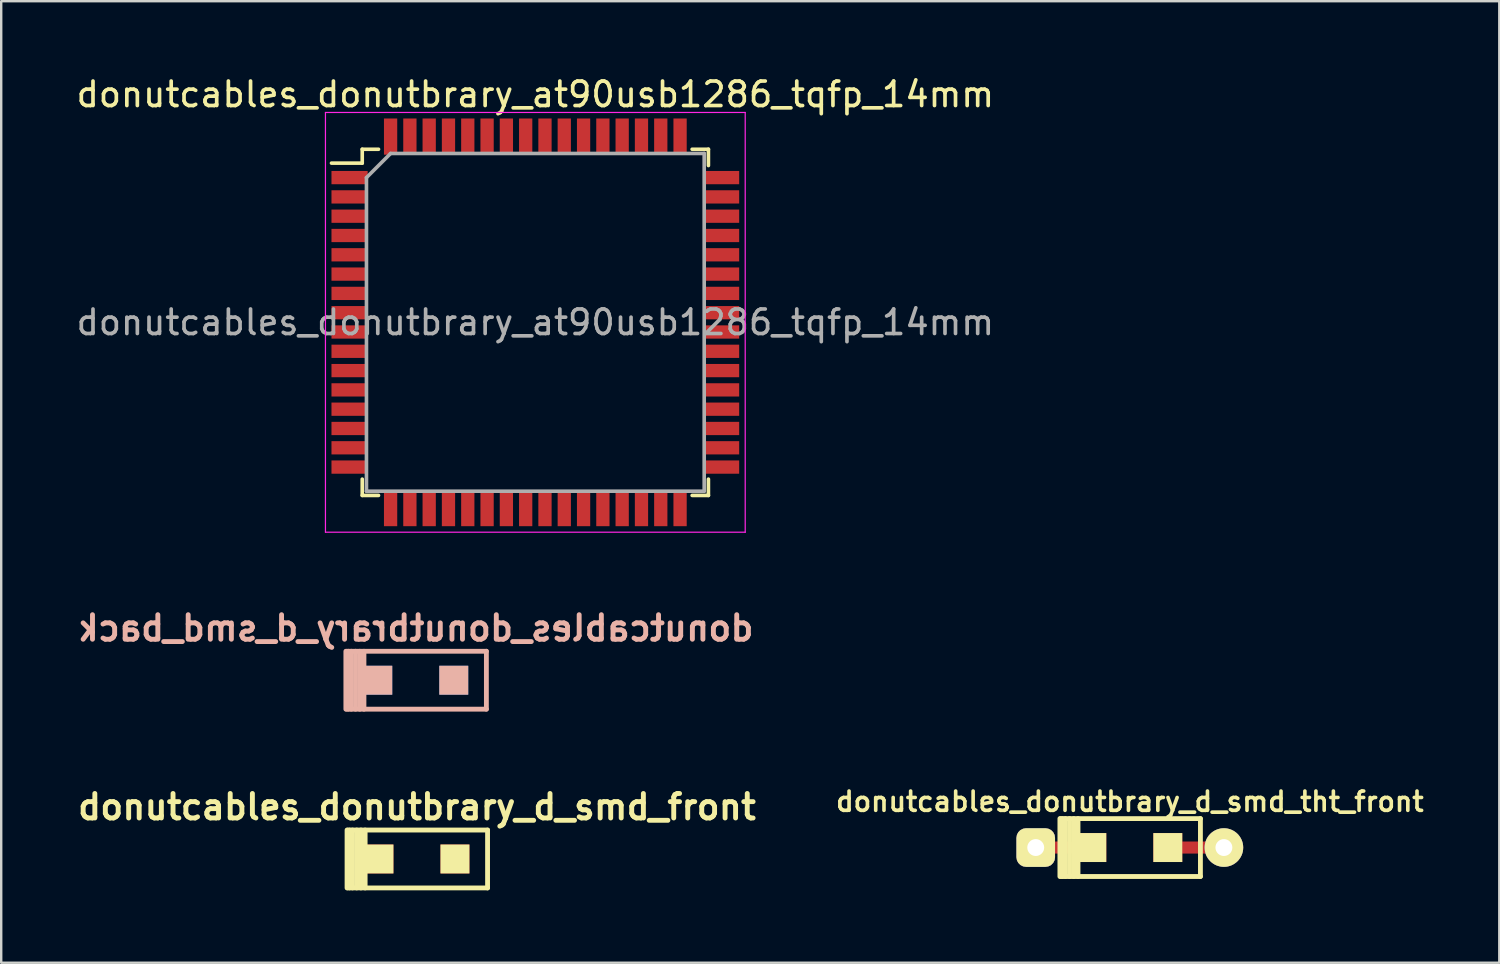
<source format=kicad_pcb>
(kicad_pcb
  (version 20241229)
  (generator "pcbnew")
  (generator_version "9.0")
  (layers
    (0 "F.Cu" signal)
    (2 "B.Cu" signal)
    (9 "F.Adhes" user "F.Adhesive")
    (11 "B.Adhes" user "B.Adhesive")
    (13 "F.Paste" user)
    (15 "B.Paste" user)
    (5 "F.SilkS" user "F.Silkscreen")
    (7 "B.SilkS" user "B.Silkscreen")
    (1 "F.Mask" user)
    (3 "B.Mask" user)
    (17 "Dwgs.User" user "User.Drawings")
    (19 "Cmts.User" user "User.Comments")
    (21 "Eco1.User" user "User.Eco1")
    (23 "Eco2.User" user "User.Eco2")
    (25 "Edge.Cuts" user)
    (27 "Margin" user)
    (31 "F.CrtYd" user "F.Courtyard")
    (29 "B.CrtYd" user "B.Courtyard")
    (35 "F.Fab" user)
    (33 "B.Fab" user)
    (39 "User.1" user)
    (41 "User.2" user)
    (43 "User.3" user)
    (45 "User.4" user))
  (footprint "donutcables_donutbrary_at90usb1286_tqfp_14mm"
    (layer "F.Cu")
    (at 19.141 10.312)
    (property "Reference" "donutcables_donutbrary_at90usb1286_tqfp_14mm" (at 0 -9.45 0) (layer "F.SilkS") (effects (font (size 1.016 1.016) (thickness 0.152))))
    (attr smd)
    (fp_line (start -7.175 -7.175) (end -7.175 -6.6) (stroke (width 0.15) (type solid)) (layer "F.SilkS"))
    (fp_line (start -7.175 -7.175) (end -6.5 -7.175) (stroke (width 0.15) (type solid)) (layer "F.SilkS"))
    (fp_line (start -7.175 -6.6) (end -8.45 -6.6) (stroke (width 0.15) (type solid)) (layer "F.SilkS"))
    (fp_line (start -7.175 7.175) (end -7.175 6.5) (stroke (width 0.15) (type solid)) (layer "F.SilkS"))
    (fp_line (start -7.175 7.175) (end -6.5 7.175) (stroke (width 0.15) (type solid)) (layer "F.SilkS"))
    (fp_line (start 7.175 -7.175) (end 6.5 -7.175) (stroke (width 0.15) (type solid)) (layer "F.SilkS"))
    (fp_line (start 7.175 -7.175) (end 7.175 -6.5) (stroke (width 0.15) (type solid)) (layer "F.SilkS"))
    (fp_line (start 7.175 7.175) (end 6.5 7.175) (stroke (width 0.15) (type solid)) (layer "F.SilkS"))
    (fp_line (start 7.175 7.175) (end 7.175 6.5) (stroke (width 0.15) (type solid)) (layer "F.SilkS"))
    (fp_line (start -8.7 -8.7) (end -8.7 8.7) (stroke (width 0.05) (type solid)) (layer "F.CrtYd"))
    (fp_line (start -8.7 -8.7) (end 8.7 -8.7) (stroke (width 0.05) (type solid)) (layer "F.CrtYd"))
    (fp_line (start -8.7 8.7) (end 8.7 8.7) (stroke (width 0.05) (type solid)) (layer "F.CrtYd"))
    (fp_line (start 8.7 -8.7) (end 8.7 8.7) (stroke (width 0.05) (type solid)) (layer "F.CrtYd"))
    (fp_line (start -7 -6) (end -6 -7) (stroke (width 0.15) (type solid)) (layer "F.Fab"))
    (fp_line (start -7 7) (end -7 -6) (stroke (width 0.15) (type solid)) (layer "F.Fab"))
    (fp_line (start -6 -7) (end 7 -7) (stroke (width 0.15) (type solid)) (layer "F.Fab"))
    (fp_line (start 7 -7) (end 7 7) (stroke (width 0.15) (type solid)) (layer "F.Fab"))
    (fp_line (start 7 7) (end -7 7) (stroke (width 0.15) (type solid)) (layer "F.Fab"))
    (fp_text user "${REFERENCE}" (at 0 0 0) (layer "F.Fab") (effects (font (size 1.016 1.016) (thickness 0.152))))
    (pad "1" smd rect (at -7.7 -6) (size 1.5 0.55) (layers "F.Cu" "F.Mask" "F.Paste"))
    (pad "2" smd rect (at -7.7 -5.2) (size 1.5 0.55) (layers "F.Cu" "F.Mask" "F.Paste"))
    (pad "3" smd rect (at -7.7 -4.4) (size 1.5 0.55) (layers "F.Cu" "F.Mask" "F.Paste"))
    (pad "4" smd rect (at -7.7 -3.6) (size 1.5 0.55) (layers "F.Cu" "F.Mask" "F.Paste"))
    (pad "5" smd rect (at -7.7 -2.8) (size 1.5 0.55) (layers "F.Cu" "F.Mask" "F.Paste"))
    (pad "6" smd rect (at -7.7 -2) (size 1.5 0.55) (layers "F.Cu" "F.Mask" "F.Paste"))
    (pad "7" smd rect (at -7.7 -1.2) (size 1.5 0.55) (layers "F.Cu" "F.Mask" "F.Paste"))
    (pad "8" smd rect (at -7.7 -0.4) (size 1.5 0.55) (layers "F.Cu" "F.Mask" "F.Paste"))
    (pad "9" smd rect (at -7.7 0.4) (size 1.5 0.55) (layers "F.Cu" "F.Mask" "F.Paste"))
    (pad "10" smd rect (at -7.7 1.2) (size 1.5 0.55) (layers "F.Cu" "F.Mask" "F.Paste"))
    (pad "11" smd rect (at -7.7 2) (size 1.5 0.55) (layers "F.Cu" "F.Mask" "F.Paste"))
    (pad "12" smd rect (at -7.7 2.8) (size 1.5 0.55) (layers "F.Cu" "F.Mask" "F.Paste"))
    (pad "13" smd rect (at -7.7 3.6) (size 1.5 0.55) (layers "F.Cu" "F.Mask" "F.Paste"))
    (pad "14" smd rect (at -7.7 4.4) (size 1.5 0.55) (layers "F.Cu" "F.Mask" "F.Paste"))
    (pad "15" smd rect (at -7.7 5.2) (size 1.5 0.55) (layers "F.Cu" "F.Mask" "F.Paste"))
    (pad "16" smd rect (at -7.7 6) (size 1.5 0.55) (layers "F.Cu" "F.Mask" "F.Paste"))
    (pad "17" smd rect (at -6 7.7 90) (size 1.5 0.55) (layers "F.Cu" "F.Mask" "F.Paste"))
    (pad "18" smd rect (at -5.2 7.7 90) (size 1.5 0.55) (layers "F.Cu" "F.Mask" "F.Paste"))
    (pad "19" smd rect (at -4.4 7.7 90) (size 1.5 0.55) (layers "F.Cu" "F.Mask" "F.Paste"))
    (pad "20" smd rect (at -3.6 7.7 90) (size 1.5 0.55) (layers "F.Cu" "F.Mask" "F.Paste"))
    (pad "21" smd rect (at -2.8 7.7 90) (size 1.5 0.55) (layers "F.Cu" "F.Mask" "F.Paste"))
    (pad "22" smd rect (at -2 7.7 90) (size 1.5 0.55) (layers "F.Cu" "F.Mask" "F.Paste"))
    (pad "23" smd rect (at -1.2 7.7 90) (size 1.5 0.55) (layers "F.Cu" "F.Mask" "F.Paste"))
    (pad "24" smd rect (at -0.4 7.7 90) (size 1.5 0.55) (layers "F.Cu" "F.Mask" "F.Paste"))
    (pad "25" smd rect (at 0.4 7.7 90) (size 1.5 0.55) (layers "F.Cu" "F.Mask" "F.Paste"))
    (pad "26" smd rect (at 1.2 7.7 90) (size 1.5 0.55) (layers "F.Cu" "F.Mask" "F.Paste"))
    (pad "27" smd rect (at 2 7.7 90) (size 1.5 0.55) (layers "F.Cu" "F.Mask" "F.Paste"))
    (pad "28" smd rect (at 2.8 7.7 90) (size 1.5 0.55) (layers "F.Cu" "F.Mask" "F.Paste"))
    (pad "29" smd rect (at 3.6 7.7 90) (size 1.5 0.55) (layers "F.Cu" "F.Mask" "F.Paste"))
    (pad "30" smd rect (at 4.4 7.7 90) (size 1.5 0.55) (layers "F.Cu" "F.Mask" "F.Paste"))
    (pad "31" smd rect (at 5.2 7.7 90) (size 1.5 0.55) (layers "F.Cu" "F.Mask" "F.Paste"))
    (pad "32" smd rect (at 6 7.7 90) (size 1.5 0.55) (layers "F.Cu" "F.Mask" "F.Paste"))
    (pad "33" smd rect (at 7.7 6) (size 1.5 0.55) (layers "F.Cu" "F.Mask" "F.Paste"))
    (pad "34" smd rect (at 7.7 5.2) (size 1.5 0.55) (layers "F.Cu" "F.Mask" "F.Paste"))
    (pad "35" smd rect (at 7.7 4.4) (size 1.5 0.55) (layers "F.Cu" "F.Mask" "F.Paste"))
    (pad "36" smd rect (at 7.7 3.6) (size 1.5 0.55) (layers "F.Cu" "F.Mask" "F.Paste"))
    (pad "37" smd rect (at 7.7 2.8) (size 1.5 0.55) (layers "F.Cu" "F.Mask" "F.Paste"))
    (pad "38" smd rect (at 7.7 2) (size 1.5 0.55) (layers "F.Cu" "F.Mask" "F.Paste"))
    (pad "39" smd rect (at 7.7 1.2) (size 1.5 0.55) (layers "F.Cu" "F.Mask" "F.Paste"))
    (pad "40" smd rect (at 7.7 0.4) (size 1.5 0.55) (layers "F.Cu" "F.Mask" "F.Paste"))
    (pad "41" smd rect (at 7.7 -0.4) (size 1.5 0.55) (layers "F.Cu" "F.Mask" "F.Paste"))
    (pad "42" smd rect (at 7.7 -1.2) (size 1.5 0.55) (layers "F.Cu" "F.Mask" "F.Paste"))
    (pad "43" smd rect (at 7.7 -2) (size 1.5 0.55) (layers "F.Cu" "F.Mask" "F.Paste"))
    (pad "44" smd rect (at 7.7 -2.8) (size 1.5 0.55) (layers "F.Cu" "F.Mask" "F.Paste"))
    (pad "45" smd rect (at 7.7 -3.6) (size 1.5 0.55) (layers "F.Cu" "F.Mask" "F.Paste"))
    (pad "46" smd rect (at 7.7 -4.4) (size 1.5 0.55) (layers "F.Cu" "F.Mask" "F.Paste"))
    (pad "47" smd rect (at 7.7 -5.2) (size 1.5 0.55) (layers "F.Cu" "F.Mask" "F.Paste"))
    (pad "48" smd rect (at 7.7 -6) (size 1.5 0.55) (layers "F.Cu" "F.Mask" "F.Paste"))
    (pad "49" smd rect (at 6 -7.7 90) (size 1.5 0.55) (layers "F.Cu" "F.Mask" "F.Paste"))
    (pad "50" smd rect (at 5.2 -7.7 90) (size 1.5 0.55) (layers "F.Cu" "F.Mask" "F.Paste"))
    (pad "51" smd rect (at 4.4 -7.7 90) (size 1.5 0.55) (layers "F.Cu" "F.Mask" "F.Paste"))
    (pad "52" smd rect (at 3.6 -7.7 90) (size 1.5 0.55) (layers "F.Cu" "F.Mask" "F.Paste"))
    (pad "53" smd rect (at 2.8 -7.7 90) (size 1.5 0.55) (layers "F.Cu" "F.Mask" "F.Paste"))
    (pad "54" smd rect (at 2 -7.7 90) (size 1.5 0.55) (layers "F.Cu" "F.Mask" "F.Paste"))
    (pad "55" smd rect (at 1.2 -7.7 90) (size 1.5 0.55) (layers "F.Cu" "F.Mask" "F.Paste"))
    (pad "56" smd rect (at 0.4 -7.7 90) (size 1.5 0.55) (layers "F.Cu" "F.Mask" "F.Paste"))
    (pad "57" smd rect (at -0.4 -7.7 90) (size 1.5 0.55) (layers "F.Cu" "F.Mask" "F.Paste"))
    (pad "58" smd rect (at -1.2 -7.7 90) (size 1.5 0.55) (layers "F.Cu" "F.Mask" "F.Paste"))
    (pad "59" smd rect (at -2 -7.7 90) (size 1.5 0.55) (layers "F.Cu" "F.Mask" "F.Paste"))
    (pad "60" smd rect (at -2.8 -7.7 90) (size 1.5 0.55) (layers "F.Cu" "F.Mask" "F.Paste"))
    (pad "61" smd rect (at -3.6 -7.7 90) (size 1.5 0.55) (layers "F.Cu" "F.Mask" "F.Paste"))
    (pad "62" smd rect (at -4.4 -7.7 90) (size 1.5 0.55) (layers "F.Cu" "F.Mask" "F.Paste"))
    (pad "63" smd rect (at -5.2 -7.7 90) (size 1.5 0.55) (layers "F.Cu" "F.Mask" "F.Paste"))
    (pad "64" smd rect (at -6 -7.7 90) (size 1.5 0.55) (layers "F.Cu" "F.Mask" "F.Paste")))
  (footprint "donutcables_donutbrary_d_smd_back"
    (layer "F.Cu")
    (at 14.185 25.147)
    (property "Reference" "donutcables_donutbrary_d_smd_back" (at 0 -2.159 0) (layer "B.SilkS") (effects (font (size 1.016 1.016) (thickness 0.203)) (justify mirror)))
    (property "Value" "${VALUE}" (at 0 2.159 0) (layer "F.Fab") (hide yes) (effects (font (size 1.016 1.016) (thickness 0.203))))
    (attr smd)
    (fp_line (start -2.898 -1.2) (end -2.898 1.2) (stroke (width 0.2) (type solid)) (layer "B.SilkS"))
    (fp_line (start -2.873 1.2) (end 2.927 1.2) (stroke (width 0.2) (type solid)) (layer "B.SilkS"))
    (fp_line (start -2.798 1.2) (end -2.798 -1.2) (stroke (width 0.2) (type solid)) (layer "B.SilkS"))
    (fp_line (start -2.673 1.2) (end -2.673 -1.2) (stroke (width 0.2) (type solid)) (layer "B.SilkS"))
    (fp_line (start -2.498 1.2) (end -2.498 -1.2) (stroke (width 0.2) (type solid)) (layer "B.SilkS"))
    (fp_line (start -2.323 1.2) (end -2.323 -1.2) (stroke (width 0.2) (type solid)) (layer "B.SilkS"))
    (fp_line (start -2.148 1.2) (end -2.148 -1.2) (stroke (width 0.2) (type solid)) (layer "B.SilkS"))
    (fp_line (start 2.927 -1.2) (end -2.873 -1.2) (stroke (width 0.2) (type solid)) (layer "B.SilkS"))
    (fp_line (start 2.927 1.2) (end 2.927 -1.2) (stroke (width 0.2) (type solid)) (layer "B.SilkS"))
    (pad "1" smd rect (at -1.575 0) (size 1.2 1.2) (layers "B.Cu" "B.Mask" "B.SilkS" "B.Paste"))
    (pad "2" smd rect (at 1.575 0) (size 1.2 1.2) (layers "B.Cu" "B.Mask" "B.SilkS" "B.Paste")))
  (footprint "donutcables_donutbrary_d_smd_front"
    (layer "F.Cu")
    (at 14.234 32.557)
    (property "Reference" "donutcables_donutbrary_d_smd_front" (at 0 -2.159 0) (layer "F.SilkS") (effects (font (size 1.016 1.016) (thickness 0.203))))
    (property "Value" "${VALUE}" (at 0 2.159 0) (layer "F.Fab") (hide yes) (effects (font (size 1.016 1.016) (thickness 0.203))))
    (attr smd)
    (fp_line (start -2.898 1.2) (end -2.898 -1.2) (stroke (width 0.2) (type solid)) (layer "F.SilkS"))
    (fp_line (start -2.873 -1.2) (end 2.927 -1.2) (stroke (width 0.2) (type solid)) (layer "F.SilkS"))
    (fp_line (start -2.798 -1.2) (end -2.798 1.2) (stroke (width 0.2) (type solid)) (layer "F.SilkS"))
    (fp_line (start -2.673 -1.2) (end -2.673 1.2) (stroke (width 0.2) (type solid)) (layer "F.SilkS"))
    (fp_line (start -2.498 -1.2) (end -2.498 1.2) (stroke (width 0.2) (type solid)) (layer "F.SilkS"))
    (fp_line (start -2.323 -1.2) (end -2.323 1.2) (stroke (width 0.2) (type solid)) (layer "F.SilkS"))
    (fp_line (start -2.148 -1.2) (end -2.148 1.2) (stroke (width 0.2) (type solid)) (layer "F.SilkS"))
    (fp_line (start 2.927 -1.2) (end 2.927 1.2) (stroke (width 0.2) (type solid)) (layer "F.SilkS"))
    (fp_line (start 2.927 1.2) (end -2.873 1.2) (stroke (width 0.2) (type solid)) (layer "F.SilkS"))
    (pad "1" smd rect (at -1.575 0) (size 1.2 1.2) (layers "F.Cu" "F.Mask" "F.SilkS" "F.Paste"))
    (pad "2" smd rect (at 1.575 0) (size 1.2 1.2) (layers "F.Cu" "F.Mask" "F.SilkS" "F.Paste")))
  (footprint "donutcables_donutbrary_d_smd_tht_front"
    (layer "F.Cu")
    (at 43.784 32.083)
    (property "Reference" "donutcables_donutbrary_d_smd_tht_front" (at 0 -1.905 0) (layer "F.SilkS") (effects (font (size 0.8 0.8) (thickness 0.15))))
    (property "Value" "${VALUE}" (at 0 1.905 0) (layer "F.Fab") (hide yes) (effects (font (size 0.8 0.8) (thickness 0.15))))
    (attr smd)
    (fp_line (start -2.898 1.2) (end -2.898 -1.2) (stroke (width 0.2) (type solid)) (layer "F.SilkS"))
    (fp_line (start -2.873 -1.2) (end 2.927 -1.2) (stroke (width 0.2) (type solid)) (layer "F.SilkS"))
    (fp_line (start -2.798 -1.2) (end -2.798 1.2) (stroke (width 0.2) (type solid)) (layer "F.SilkS"))
    (fp_line (start -2.673 -1.2) (end -2.673 1.2) (stroke (width 0.2) (type solid)) (layer "F.SilkS"))
    (fp_line (start -2.498 -1.2) (end -2.498 1.2) (stroke (width 0.2) (type solid)) (layer "F.SilkS"))
    (fp_line (start -2.323 -1.2) (end -2.323 1.2) (stroke (width 0.2) (type solid)) (layer "F.SilkS"))
    (fp_line (start -2.148 -1.2) (end -2.148 1.2) (stroke (width 0.2) (type solid)) (layer "F.SilkS"))
    (fp_line (start 2.927 -1.2) (end 2.927 1.2) (stroke (width 0.2) (type solid)) (layer "F.SilkS"))
    (fp_line (start 2.927 1.2) (end -2.873 1.2) (stroke (width 0.2) (type solid)) (layer "F.SilkS"))
    (pad "1" thru_hole roundrect (at -3.9 0) (size 1.6 1.6) (drill 0.7) (layers "*.Cu" "*.Mask" "F.SilkS") (roundrect_rratio 0.25))
    (pad "1" smd rect (at -2.7 0) (size 2.5 0.5) (layers "F.Cu"))
    (pad "1" smd rect (at -1.575 0) (size 1.2 1.2) (layers "F.Cu" "F.Mask" "F.SilkS" "F.Paste"))
    (pad "2" smd rect (at 1.575 0) (size 1.2 1.2) (layers "F.Cu" "F.Mask" "F.SilkS" "F.Paste"))
    (pad "2" smd rect (at 2.7 0) (size 2.5 0.5) (layers "F.Cu"))
    (pad "2" thru_hole circle (at 3.9 0) (size 1.6 1.6) (drill 0.7) (layers "*.Cu" "*.Mask" "F.SilkS")))
  (gr_rect
    (start -3 -3)
    (end 59.1 36.857)
    (stroke (width 0.1) (type default))
    (fill no)
    (layer "Edge.Cuts")))
</source>
